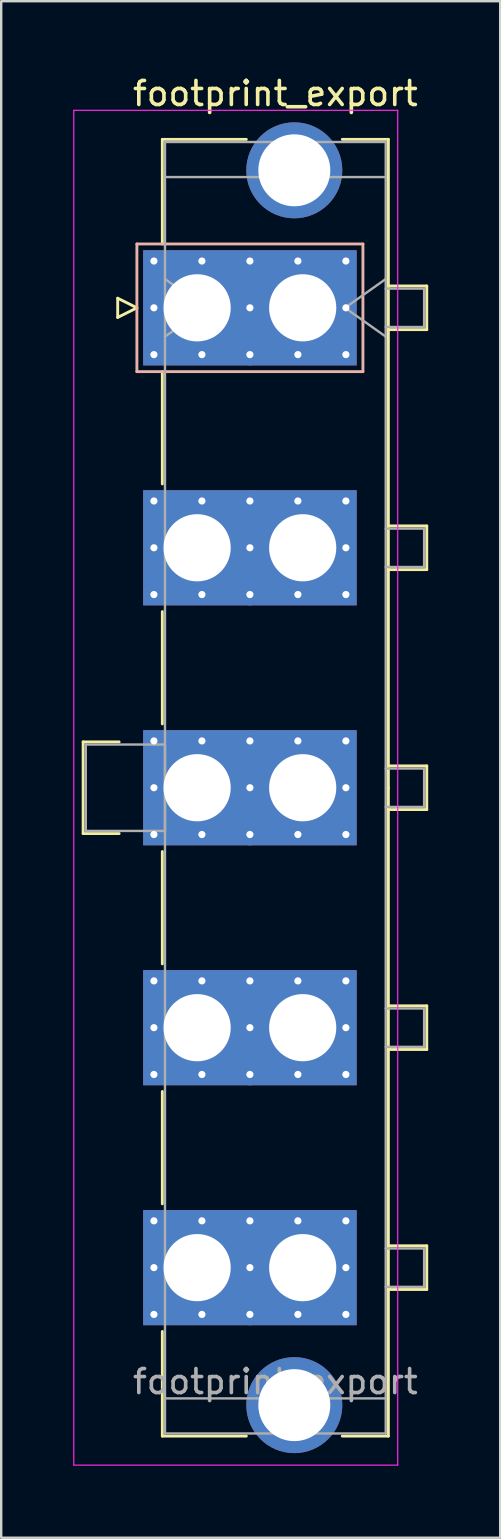
<source format=kicad_pcb>
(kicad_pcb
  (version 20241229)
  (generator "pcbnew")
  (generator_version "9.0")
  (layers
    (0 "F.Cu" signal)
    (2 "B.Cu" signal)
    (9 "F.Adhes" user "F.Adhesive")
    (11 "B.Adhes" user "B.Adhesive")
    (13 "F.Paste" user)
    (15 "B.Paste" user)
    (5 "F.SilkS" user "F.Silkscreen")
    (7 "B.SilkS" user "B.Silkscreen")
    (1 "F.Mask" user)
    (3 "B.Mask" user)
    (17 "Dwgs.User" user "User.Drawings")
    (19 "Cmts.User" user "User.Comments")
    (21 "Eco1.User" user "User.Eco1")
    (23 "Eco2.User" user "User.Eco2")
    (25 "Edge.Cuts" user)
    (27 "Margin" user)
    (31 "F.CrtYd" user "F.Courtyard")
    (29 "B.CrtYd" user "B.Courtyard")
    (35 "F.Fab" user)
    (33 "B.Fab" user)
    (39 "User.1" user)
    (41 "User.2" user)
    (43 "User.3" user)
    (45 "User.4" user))
  (footprint "footprint_export"
    (layer "F.Cu")
    (at 5.165 9.778)
    (property "Reference" "footprint_export" (at 3.26 -8.93 0) (layer "F.SilkS") (effects (font (size 1 1) (thickness 0.15))))
    (attr through_hole)
    (fp_line (start -4.75 18.09) (end -4.75 21.91) (stroke (width 0.12) (type solid)) (layer "F.SilkS"))
    (fp_line (start -4.75 21.91) (end -3.25 21.91) (stroke (width 0.12) (type solid)) (layer "F.SilkS"))
    (fp_line (start -3.31 -0.4) (end -3.31 0.4) (stroke (width 0.12) (type solid)) (layer "F.SilkS"))
    (fp_line (start -3.31 0.4) (end -2.51 0) (stroke (width 0.12) (type solid)) (layer "F.SilkS"))
    (fp_line (start -3.25 18.09) (end -4.75 18.09) (stroke (width 0.12) (type solid)) (layer "F.SilkS"))
    (fp_line (start -2.51 0) (end -3.31 -0.4) (stroke (width 0.12) (type solid)) (layer "F.SilkS"))
    (fp_line (start -1.45 -7.02) (end 2.05 -7.02) (stroke (width 0.12) (type solid)) (layer "F.SilkS"))
    (fp_line (start -1.45 -2.66) (end -1.45 -7.02) (stroke (width 0.12) (type solid)) (layer "F.SilkS"))
    (fp_line (start -1.45 2.66) (end -1.45 7.34) (stroke (width 0.12) (type solid)) (layer "F.SilkS"))
    (fp_line (start -1.45 12.66) (end -1.45 17.34) (stroke (width 0.12) (type solid)) (layer "F.SilkS"))
    (fp_line (start -1.45 22.66) (end -1.45 27.34) (stroke (width 0.12) (type solid)) (layer "F.SilkS"))
    (fp_line (start -1.45 32.66) (end -1.45 37.34) (stroke (width 0.12) (type solid)) (layer "F.SilkS"))
    (fp_line (start -1.45 42.66) (end -1.45 47.02) (stroke (width 0.12) (type solid)) (layer "F.SilkS"))
    (fp_line (start -1.45 47.02) (end 2.05 47.02) (stroke (width 0.12) (type solid)) (layer "F.SilkS"))
    (fp_line (start 6.05 -7.02) (end 7.97 -7.02) (stroke (width 0.12) (type solid)) (layer "F.SilkS"))
    (fp_line (start 6.05 47.02) (end 7.97 47.02) (stroke (width 0.12) (type solid)) (layer "F.SilkS"))
    (fp_line (start 7.97 -7.02) (end 7.97 20) (stroke (width 0.12) (type solid)) (layer "F.SilkS"))
    (fp_line (start 7.97 -0.91) (end 9.57 -0.91) (stroke (width 0.12) (type solid)) (layer "F.SilkS"))
    (fp_line (start 7.97 9.09) (end 9.57 9.09) (stroke (width 0.12) (type solid)) (layer "F.SilkS"))
    (fp_line (start 7.97 19.09) (end 9.57 19.09) (stroke (width 0.12) (type solid)) (layer "F.SilkS"))
    (fp_line (start 7.97 29.09) (end 9.57 29.09) (stroke (width 0.12) (type solid)) (layer "F.SilkS"))
    (fp_line (start 7.97 39.09) (end 9.57 39.09) (stroke (width 0.12) (type solid)) (layer "F.SilkS"))
    (fp_line (start 7.97 47.02) (end 7.97 20) (stroke (width 0.12) (type solid)) (layer "F.SilkS"))
    (fp_line (start 9.57 -0.91) (end 9.57 0.91) (stroke (width 0.12) (type solid)) (layer "F.SilkS"))
    (fp_line (start 9.57 0.91) (end 7.97 0.91) (stroke (width 0.12) (type solid)) (layer "F.SilkS"))
    (fp_line (start 9.57 9.09) (end 9.57 10.91) (stroke (width 0.12) (type solid)) (layer "F.SilkS"))
    (fp_line (start 9.57 10.91) (end 7.97 10.91) (stroke (width 0.12) (type solid)) (layer "F.SilkS"))
    (fp_line (start 9.57 19.09) (end 9.57 20.91) (stroke (width 0.12) (type solid)) (layer "F.SilkS"))
    (fp_line (start 9.57 20.91) (end 7.97 20.91) (stroke (width 0.12) (type solid)) (layer "F.SilkS"))
    (fp_line (start 9.57 29.09) (end 9.57 30.91) (stroke (width 0.12) (type solid)) (layer "F.SilkS"))
    (fp_line (start 9.57 30.91) (end 7.97 30.91) (stroke (width 0.12) (type solid)) (layer "F.SilkS"))
    (fp_line (start 9.57 39.09) (end 9.57 40.91) (stroke (width 0.12) (type solid)) (layer "F.SilkS"))
    (fp_line (start 9.57 40.91) (end 7.97 40.91) (stroke (width 0.12) (type solid)) (layer "F.SilkS"))
    (fp_line (start -2.51 -2.66) (end -2.51 2.66) (stroke (width 0.12) (type solid)) (layer "B.SilkS"))
    (fp_line (start -2.51 2.66) (end 6.91 2.66) (stroke (width 0.12) (type solid)) (layer "B.SilkS"))
    (fp_line (start 6.91 -2.66) (end -2.51 -2.66) (stroke (width 0.12) (type solid)) (layer "B.SilkS"))
    (fp_line (start 6.91 2.66) (end 6.91 -2.66) (stroke (width 0.12) (type solid)) (layer "B.SilkS"))
    (fp_line (start -5.14 -8.23) (end -5.14 48.23) (stroke (width 0.05) (type solid)) (layer "F.CrtYd"))
    (fp_line (start -5.14 48.23) (end 8.36 48.23) (stroke (width 0.05) (type solid)) (layer "F.CrtYd"))
    (fp_line (start 8.36 -8.23) (end -5.14 -8.23) (stroke (width 0.05) (type solid)) (layer "F.CrtYd"))
    (fp_line (start 8.36 48.23) (end 8.36 -8.23) (stroke (width 0.05) (type solid)) (layer "F.CrtYd"))
    (fp_line (start -4.64 18.2) (end -1.34 18.2) (stroke (width 0.1) (type solid)) (layer "F.Fab"))
    (fp_line (start -4.64 21.8) (end -4.64 18.2) (stroke (width 0.1) (type solid)) (layer "F.Fab"))
    (fp_line (start -1.34 -6.91) (end -1.34 46.91) (stroke (width 0.1) (type solid)) (layer "F.Fab"))
    (fp_line (start -1.34 -5.45) (end 7.86 -5.45) (stroke (width 0.1) (type solid)) (layer "F.Fab"))
    (fp_line (start -1.34 -1.2) (end 0.357 0) (stroke (width 0.1) (type solid)) (layer "F.Fab"))
    (fp_line (start -1.34 18.2) (end -1.34 21.8) (stroke (width 0.1) (type solid)) (layer "F.Fab"))
    (fp_line (start -1.34 21.8) (end -4.64 21.8) (stroke (width 0.1) (type solid)) (layer "F.Fab"))
    (fp_line (start -1.34 45.45) (end 7.86 45.45) (stroke (width 0.1) (type solid)) (layer "F.Fab"))
    (fp_line (start -1.34 46.91) (end 7.86 46.91) (stroke (width 0.1) (type solid)) (layer "F.Fab"))
    (fp_line (start 0.357 0) (end -1.34 1.2) (stroke (width 0.1) (type solid)) (layer "F.Fab"))
    (fp_line (start 6.163 0) (end 7.86 1.2) (stroke (width 0.1) (type solid)) (layer "F.Fab"))
    (fp_line (start 7.86 -6.91) (end -1.34 -6.91) (stroke (width 0.1) (type solid)) (layer "F.Fab"))
    (fp_line (start 7.86 -1.2) (end 6.163 0) (stroke (width 0.1) (type solid)) (layer "F.Fab"))
    (fp_line (start 7.86 -0.8) (end 9.46 -0.8) (stroke (width 0.1) (type solid)) (layer "F.Fab"))
    (fp_line (start 7.86 9.2) (end 9.46 9.2) (stroke (width 0.1) (type solid)) (layer "F.Fab"))
    (fp_line (start 7.86 19.2) (end 9.46 19.2) (stroke (width 0.1) (type solid)) (layer "F.Fab"))
    (fp_line (start 7.86 29.2) (end 9.46 29.2) (stroke (width 0.1) (type solid)) (layer "F.Fab"))
    (fp_line (start 7.86 39.2) (end 9.46 39.2) (stroke (width 0.1) (type solid)) (layer "F.Fab"))
    (fp_line (start 7.86 46.91) (end 7.86 -6.91) (stroke (width 0.1) (type solid)) (layer "F.Fab"))
    (fp_line (start 9.46 -0.8) (end 9.46 0.8) (stroke (width 0.1) (type solid)) (layer "F.Fab"))
    (fp_line (start 9.46 0.8) (end 7.86 0.8) (stroke (width 0.1) (type solid)) (layer "F.Fab"))
    (fp_line (start 9.46 9.2) (end 9.46 10.8) (stroke (width 0.1) (type solid)) (layer "F.Fab"))
    (fp_line (start 9.46 10.8) (end 7.86 10.8) (stroke (width 0.1) (type solid)) (layer "F.Fab"))
    (fp_line (start 9.46 19.2) (end 9.46 20.8) (stroke (width 0.1) (type solid)) (layer "F.Fab"))
    (fp_line (start 9.46 20.8) (end 7.86 20.8) (stroke (width 0.1) (type solid)) (layer "F.Fab"))
    (fp_line (start 9.46 29.2) (end 9.46 30.8) (stroke (width 0.1) (type solid)) (layer "F.Fab"))
    (fp_line (start 9.46 30.8) (end 7.86 30.8) (stroke (width 0.1) (type solid)) (layer "F.Fab"))
    (fp_line (start 9.46 39.2) (end 9.46 40.8) (stroke (width 0.1) (type solid)) (layer "F.Fab"))
    (fp_line (start 9.46 40.8) (end 7.86 40.8) (stroke (width 0.1) (type solid)) (layer "F.Fab"))
    (fp_text user "${REFERENCE}" (at 3.26 44.75 0) (layer "F.Fab") (effects (font (size 1 1) (thickness 0.15))))
    (pad "" thru_hole circle (at 4.05 -5.73) (size 4 4) (drill 3) (layers "*.Cu" "*.Mask"))
    (pad "" thru_hole circle (at 4.05 45.73) (size 4 4) (drill 3) (layers "*.Cu" "*.Mask"))
    (pad "1" thru_hole roundrect (at -1.8 -1.95) (size 0.6 0.6) (drill 0.3) (layers "*.Cu" "*.Mask") (roundrect_rratio 0.25))
    (pad "1" thru_hole roundrect (at -1.8 0) (size 0.6 0.6) (drill 0.3) (layers "*.Cu" "*.Mask") (roundrect_rratio 0.25))
    (pad "1" thru_hole roundrect (at -1.8 1.95) (size 0.6 0.6) (drill 0.3) (layers "*.Cu" "*.Mask") (roundrect_rratio 0.25))
    (pad "1" thru_hole rect (at 0 0) (size 4.5 4.8) (drill 2.8) (layers "*.Cu" "*.Mask"))
    (pad "1" thru_hole roundrect (at 0.2 -1.95) (size 0.6 0.6) (drill 0.3) (layers "*.Cu" "*.Mask") (roundrect_rratio 0.25))
    (pad "1" thru_hole roundrect (at 0.2 1.95) (size 0.6 0.6) (drill 0.3) (layers "*.Cu" "*.Mask") (roundrect_rratio 0.25))
    (pad "1" thru_hole roundrect (at 2.2 -1.95) (size 0.6 0.6) (drill 0.3) (layers "*.Cu" "*.Mask") (roundrect_rratio 0.25))
    (pad "1" thru_hole roundrect (at 2.2 0) (size 0.6 0.6) (drill 0.3) (layers "*.Cu" "*.Mask") (roundrect_rratio 0.25))
    (pad "1" thru_hole roundrect (at 2.2 1.95) (size 0.6 0.6) (drill 0.3) (layers "*.Cu" "*.Mask") (roundrect_rratio 0.25))
    (pad "1" thru_hole roundrect (at 4.2 -1.95) (size 0.6 0.6) (drill 0.3) (layers "*.Cu" "*.Mask") (roundrect_rratio 0.25))
    (pad "1" thru_hole roundrect (at 4.2 1.95) (size 0.6 0.6) (drill 0.3) (layers "*.Cu" "*.Mask") (roundrect_rratio 0.25))
    (pad "1" thru_hole rect (at 4.4 0) (size 4.5 4.8) (drill 2.8) (layers "*.Cu" "*.Mask"))
    (pad "1" thru_hole roundrect (at 6.2 -1.95) (size 0.6 0.6) (drill 0.3) (layers "*.Cu" "*.Mask") (roundrect_rratio 0.25))
    (pad "1" thru_hole roundrect (at 6.2 0) (size 0.6 0.6) (drill 0.3) (layers "*.Cu" "*.Mask") (roundrect_rratio 0.25))
    (pad "1" thru_hole roundrect (at 6.2 1.95) (size 0.6 0.6) (drill 0.3) (layers "*.Cu" "*.Mask") (roundrect_rratio 0.25))
    (pad "2" thru_hole circle (at -1.8 8.05) (size 0.6 0.6) (drill 0.3) (layers "*.Cu" "*.Mask"))
    (pad "2" thru_hole circle (at -1.8 10) (size 0.6 0.6) (drill 0.3) (layers "*.Cu" "*.Mask"))
    (pad "2" thru_hole circle (at -1.8 11.95) (size 0.6 0.6) (drill 0.3) (layers "*.Cu" "*.Mask"))
    (pad "2" thru_hole rect (at 0 10) (size 4.5 4.8) (drill 2.8) (layers "*.Cu" "*.Mask"))
    (pad "2" thru_hole circle (at 0.2 8.05) (size 0.6 0.6) (drill 0.3) (layers "*.Cu" "*.Mask"))
    (pad "2" thru_hole circle (at 0.2 11.95) (size 0.6 0.6) (drill 0.3) (layers "*.Cu" "*.Mask"))
    (pad "2" thru_hole circle (at 2.2 8.05) (size 0.6 0.6) (drill 0.3) (layers "*.Cu" "*.Mask"))
    (pad "2" thru_hole circle (at 2.2 10) (size 0.6 0.6) (drill 0.3) (layers "*.Cu" "*.Mask"))
    (pad "2" thru_hole circle (at 2.2 11.95) (size 0.6 0.6) (drill 0.3) (layers "*.Cu" "*.Mask"))
    (pad "2" thru_hole circle (at 4.2 8.05) (size 0.6 0.6) (drill 0.3) (layers "*.Cu" "*.Mask"))
    (pad "2" thru_hole circle (at 4.2 11.95) (size 0.6 0.6) (drill 0.3) (layers "*.Cu" "*.Mask"))
    (pad "2" thru_hole rect (at 4.4 10) (size 4.5 4.8) (drill 2.8) (layers "*.Cu" "*.Mask"))
    (pad "2" thru_hole circle (at 6.2 8.05) (size 0.6 0.6) (drill 0.3) (layers "*.Cu" "*.Mask"))
    (pad "2" thru_hole circle (at 6.2 10) (size 0.6 0.6) (drill 0.3) (layers "*.Cu" "*.Mask"))
    (pad "2" thru_hole circle (at 6.2 11.95) (size 0.6 0.6) (drill 0.3) (layers "*.Cu" "*.Mask"))
    (pad "3" thru_hole circle (at -1.8 18.05) (size 0.6 0.6) (drill 0.3) (layers "*.Cu" "*.Mask"))
    (pad "3" thru_hole circle (at -1.8 20) (size 0.6 0.6) (drill 0.3) (layers "*.Cu" "*.Mask"))
    (pad "3" thru_hole circle (at -1.8 21.95) (size 0.6 0.6) (drill 0.3) (layers "*.Cu" "*.Mask"))
    (pad "3" thru_hole rect (at 0 20) (size 4.5 4.8) (drill 2.8) (layers "*.Cu" "*.Mask"))
    (pad "3" thru_hole circle (at 0.2 18.05) (size 0.6 0.6) (drill 0.3) (layers "*.Cu" "*.Mask"))
    (pad "3" thru_hole circle (at 0.2 21.95) (size 0.6 0.6) (drill 0.3) (layers "*.Cu" "*.Mask"))
    (pad "3" thru_hole circle (at 2.2 18.05) (size 0.6 0.6) (drill 0.3) (layers "*.Cu" "*.Mask"))
    (pad "3" thru_hole circle (at 2.2 20) (size 0.6 0.6) (drill 0.3) (layers "*.Cu" "*.Mask"))
    (pad "3" thru_hole circle (at 2.2 21.95) (size 0.6 0.6) (drill 0.3) (layers "*.Cu" "*.Mask"))
    (pad "3" thru_hole circle (at 4.2 18.05) (size 0.6 0.6) (drill 0.3) (layers "*.Cu" "*.Mask"))
    (pad "3" thru_hole circle (at 4.2 21.95) (size 0.6 0.6) (drill 0.3) (layers "*.Cu" "*.Mask"))
    (pad "3" thru_hole rect (at 4.4 20) (size 4.5 4.8) (drill 2.8) (layers "*.Cu" "*.Mask"))
    (pad "3" thru_hole circle (at 6.2 18.05) (size 0.6 0.6) (drill 0.3) (layers "*.Cu" "*.Mask"))
    (pad "3" thru_hole circle (at 6.2 20) (size 0.6 0.6) (drill 0.3) (layers "*.Cu" "*.Mask"))
    (pad "3" thru_hole circle (at 6.2 21.95) (size 0.6 0.6) (drill 0.3) (layers "*.Cu" "*.Mask"))
    (pad "4" thru_hole circle (at -1.8 28.05) (size 0.6 0.6) (drill 0.3) (layers "*.Cu" "*.Mask"))
    (pad "4" thru_hole circle (at -1.8 30) (size 0.6 0.6) (drill 0.3) (layers "*.Cu" "*.Mask"))
    (pad "4" thru_hole circle (at -1.8 31.95) (size 0.6 0.6) (drill 0.3) (layers "*.Cu" "*.Mask"))
    (pad "4" thru_hole rect (at 0 30) (size 4.5 4.8) (drill 2.8) (layers "*.Cu" "*.Mask"))
    (pad "4" thru_hole circle (at 0.2 28.05) (size 0.6 0.6) (drill 0.3) (layers "*.Cu" "*.Mask"))
    (pad "4" thru_hole circle (at 0.2 31.95) (size 0.6 0.6) (drill 0.3) (layers "*.Cu" "*.Mask"))
    (pad "4" thru_hole circle (at 2.2 28.05) (size 0.6 0.6) (drill 0.3) (layers "*.Cu" "*.Mask"))
    (pad "4" thru_hole circle (at 2.2 30) (size 0.6 0.6) (drill 0.3) (layers "*.Cu" "*.Mask"))
    (pad "4" thru_hole circle (at 2.2 31.95) (size 0.6 0.6) (drill 0.3) (layers "*.Cu" "*.Mask"))
    (pad "4" thru_hole circle (at 4.2 28.05) (size 0.6 0.6) (drill 0.3) (layers "*.Cu" "*.Mask"))
    (pad "4" thru_hole circle (at 4.2 31.95) (size 0.6 0.6) (drill 0.3) (layers "*.Cu" "*.Mask"))
    (pad "4" thru_hole rect (at 4.4 30) (size 4.5 4.8) (drill 2.8) (layers "*.Cu" "*.Mask"))
    (pad "4" thru_hole circle (at 6.2 28.05) (size 0.6 0.6) (drill 0.3) (layers "*.Cu" "*.Mask"))
    (pad "4" thru_hole circle (at 6.2 30) (size 0.6 0.6) (drill 0.3) (layers "*.Cu" "*.Mask"))
    (pad "4" thru_hole circle (at 6.2 31.95) (size 0.6 0.6) (drill 0.3) (layers "*.Cu" "*.Mask"))
    (pad "5" thru_hole circle (at -1.8 38.05) (size 0.6 0.6) (drill 0.3) (layers "*.Cu" "*.Mask"))
    (pad "5" thru_hole circle (at -1.8 40) (size 0.6 0.6) (drill 0.3) (layers "*.Cu" "*.Mask"))
    (pad "5" thru_hole circle (at -1.8 41.95) (size 0.6 0.6) (drill 0.3) (layers "*.Cu" "*.Mask"))
    (pad "5" thru_hole rect (at 0 40) (size 4.5 4.8) (drill 2.8) (layers "*.Cu" "*.Mask"))
    (pad "5" thru_hole circle (at 0.2 38.05) (size 0.6 0.6) (drill 0.3) (layers "*.Cu" "*.Mask"))
    (pad "5" thru_hole circle (at 0.2 41.95) (size 0.6 0.6) (drill 0.3) (layers "*.Cu" "*.Mask"))
    (pad "5" thru_hole circle (at 2.2 38.05) (size 0.6 0.6) (drill 0.3) (layers "*.Cu" "*.Mask"))
    (pad "5" thru_hole circle (at 2.2 40) (size 0.6 0.6) (drill 0.3) (layers "*.Cu" "*.Mask"))
    (pad "5" thru_hole circle (at 2.2 41.95) (size 0.6 0.6) (drill 0.3) (layers "*.Cu" "*.Mask"))
    (pad "5" thru_hole circle (at 4.2 38.05) (size 0.6 0.6) (drill 0.3) (layers "*.Cu" "*.Mask"))
    (pad "5" thru_hole circle (at 4.2 41.95) (size 0.6 0.6) (drill 0.3) (layers "*.Cu" "*.Mask"))
    (pad "5" thru_hole rect (at 4.4 40) (size 4.5 4.8) (drill 2.8) (layers "*.Cu" "*.Mask"))
    (pad "5" thru_hole circle (at 6.2 38.05) (size 0.6 0.6) (drill 0.3) (layers "*.Cu" "*.Mask"))
    (pad "5" thru_hole circle (at 6.2 40) (size 0.6 0.6) (drill 0.3) (layers "*.Cu" "*.Mask"))
    (pad "5" thru_hole circle (at 6.2 41.95) (size 0.6 0.6) (drill 0.3) (layers "*.Cu" "*.Mask")))
  (gr_rect
    (start -3 -3)
    (end 17.795 61.033)
    (stroke (width 0.1) (type default))
    (fill no)
    (layer "Edge.Cuts")))
</source>
